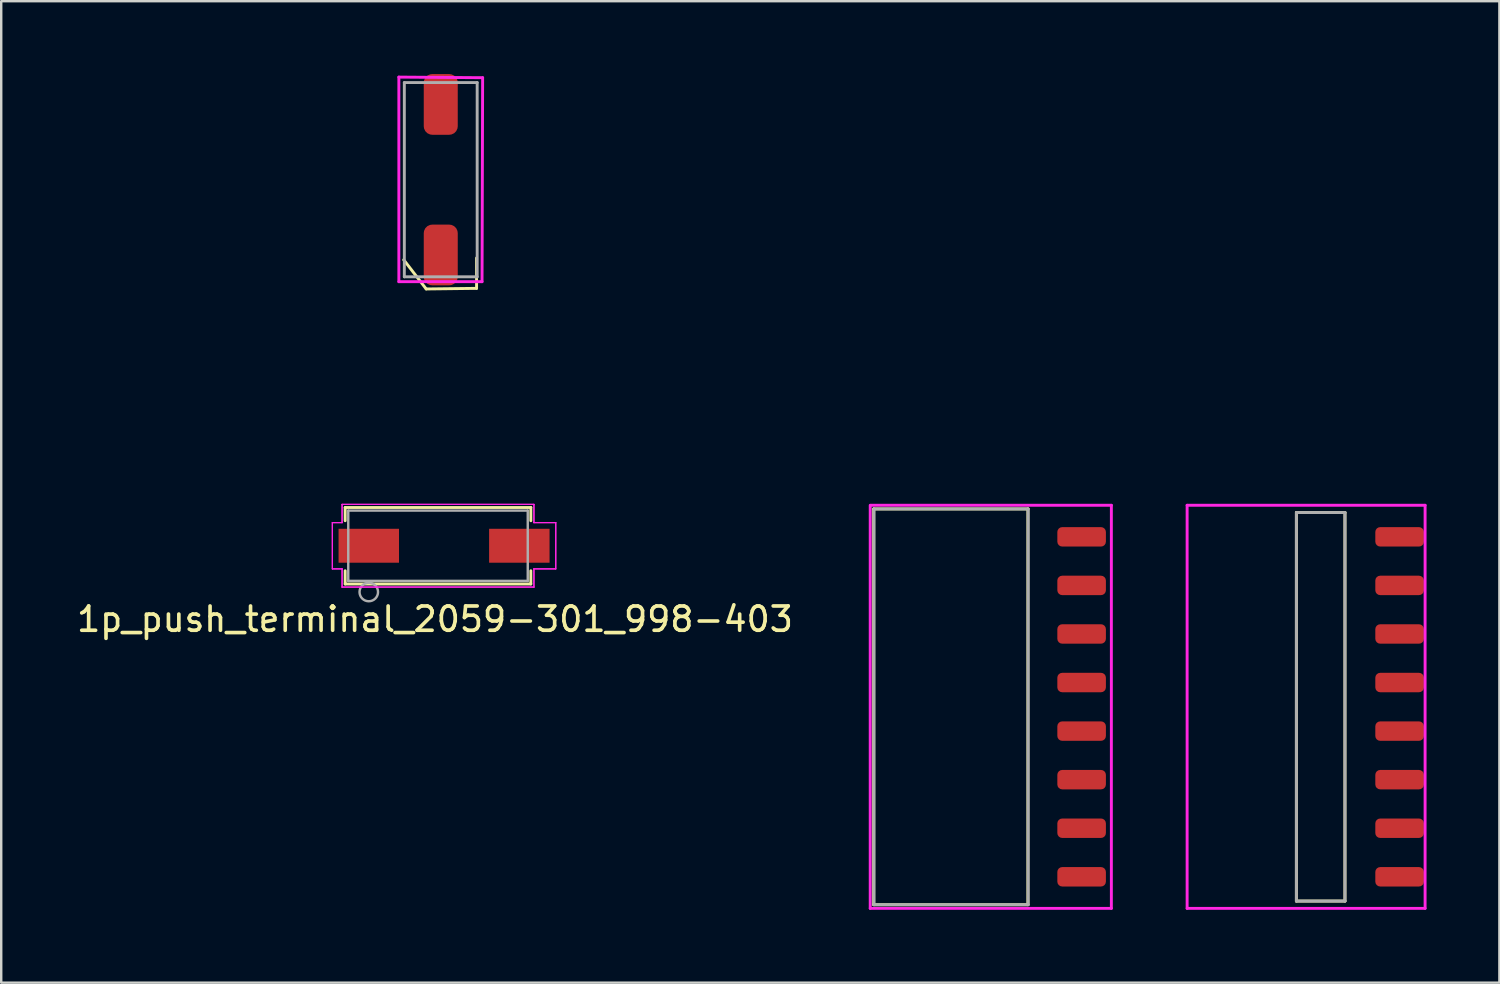
<source format=kicad_pcb>
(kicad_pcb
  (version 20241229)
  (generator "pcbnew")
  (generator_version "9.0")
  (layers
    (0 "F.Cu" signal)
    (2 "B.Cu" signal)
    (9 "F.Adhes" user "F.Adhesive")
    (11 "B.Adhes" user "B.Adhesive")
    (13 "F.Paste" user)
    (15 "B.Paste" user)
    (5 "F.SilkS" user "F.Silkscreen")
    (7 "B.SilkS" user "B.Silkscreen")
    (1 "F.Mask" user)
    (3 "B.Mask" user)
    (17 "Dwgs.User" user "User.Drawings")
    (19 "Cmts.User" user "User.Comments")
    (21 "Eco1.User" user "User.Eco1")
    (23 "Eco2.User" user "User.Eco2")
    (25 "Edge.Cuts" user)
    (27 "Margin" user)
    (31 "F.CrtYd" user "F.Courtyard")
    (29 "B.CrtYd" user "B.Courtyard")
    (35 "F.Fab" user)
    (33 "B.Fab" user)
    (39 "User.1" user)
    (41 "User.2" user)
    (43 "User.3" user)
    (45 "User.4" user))
  (footprint "01x08_PinHeader_P2.00mm_SMD_horizontal"
    (layer "F.Cu")
    (at 50.638 26.058)
    (property "Reference" "01x08_PinHeader_P2.00mm_SMD_horizontal" (at 0.6 -0.1 90) (layer "Eco2.User") (effects (font (size 0.3 0.3) (thickness 0.075))))
    (attr smd)
    (fp_line (start -0.3 -8) (end -0.3 8) (stroke (width 0.12) (type solid)) (layer "F.SilkS"))
    (fp_line (start -0.3 -8) (end 1.7 -8) (stroke (width 0.12) (type solid)) (layer "F.SilkS"))
    (fp_line (start -0.3 8) (end 1.7 8) (stroke (width 0.12) (type solid)) (layer "F.SilkS"))
    (fp_line (start 1.7 -8) (end 1.7 8) (stroke (width 0.12) (type solid)) (layer "F.SilkS"))
    (fp_line (start -4.8 -8.3) (end -4.8 8.3) (stroke (width 0.12) (type solid)) (layer "F.CrtYd"))
    (fp_line (start -4.8 -8.3) (end 5 -8.3) (stroke (width 0.12) (type solid)) (layer "F.CrtYd"))
    (fp_line (start -4.8 8.3) (end 5 8.3) (stroke (width 0.12) (type solid)) (layer "F.CrtYd"))
    (fp_line (start 5 -8.3) (end 5 8.3) (stroke (width 0.12) (type solid)) (layer "F.CrtYd"))
    (fp_line (start -0.3 -8) (end -0.3 8) (stroke (width 0.12) (type solid)) (layer "F.Fab"))
    (fp_line (start -0.3 -8) (end 1.7 -8) (stroke (width 0.12) (type solid)) (layer "F.Fab"))
    (fp_line (start -0.3 8) (end 1.7 8) (stroke (width 0.12) (type solid)) (layer "F.Fab"))
    (fp_line (start 1.7 -8) (end 1.7 8) (stroke (width 0.12) (type solid)) (layer "F.Fab"))
    (pad "1" smd roundrect (at 3.95 7) (size 2 0.8) (layers "F.Cu" "F.Mask" "F.Paste") (roundrect_rratio 0.25))
    (pad "2" smd roundrect (at 3.95 5) (size 2 0.8) (layers "F.Cu" "F.Mask" "F.Paste") (roundrect_rratio 0.25))
    (pad "3" smd roundrect (at 3.95 3) (size 2 0.8) (layers "F.Cu" "F.Mask" "F.Paste") (roundrect_rratio 0.25))
    (pad "4" smd roundrect (at 3.95 1) (size 2 0.8) (layers "F.Cu" "F.Mask" "F.Paste") (roundrect_rratio 0.25))
    (pad "5" smd roundrect (at 3.95 -1) (size 2 0.8) (layers "F.Cu" "F.Mask" "F.Paste") (roundrect_rratio 0.25))
    (pad "6" smd roundrect (at 3.95 -3) (size 2 0.8) (layers "F.Cu" "F.Mask" "F.Paste") (roundrect_rratio 0.25))
    (pad "7" smd roundrect (at 3.95 -5) (size 2 0.8) (layers "F.Cu" "F.Mask" "F.Paste") (roundrect_rratio 0.25))
    (pad "8" smd roundrect (at 3.95 -7) (size 2 0.8) (layers "F.Cu" "F.Mask" "F.Paste") (roundrect_rratio 0.25)))
  (footprint "1p_push_terminal_2059-301_998-403"
    (layer "F.Cu")
    (at 14.988 19.425)
    (property "Reference" "1p_push_terminal_2059-301_998-403" (at -0.125 3.025 0) (layer "F.SilkS") (effects (font (size 1 1) (thickness 0.15))))
    (attr through_hole)
    (fp_line (start -3.823 -1.575) (end -3.823 -1.031) (stroke (width 0.12) (type solid)) (layer "F.SilkS"))
    (fp_line (start -3.823 1.031) (end -3.823 1.575) (stroke (width 0.12) (type solid)) (layer "F.SilkS"))
    (fp_line (start -3.823 1.575) (end 3.823 1.575) (stroke (width 0.12) (type solid)) (layer "F.SilkS"))
    (fp_line (start 3.823 -1.575) (end -3.823 -1.575) (stroke (width 0.12) (type solid)) (layer "F.SilkS"))
    (fp_line (start 3.823 -1.031) (end 3.823 -1.575) (stroke (width 0.12) (type solid)) (layer "F.SilkS"))
    (fp_line (start 3.823 1.575) (end 3.823 1.031) (stroke (width 0.12) (type solid)) (layer "F.SilkS"))
    (fp_line (start -4.35 -0.953) (end -4.35 0.953) (stroke (width 0.05) (type solid)) (layer "F.CrtYd"))
    (fp_line (start -4.35 -0.953) (end -4.35 0.953) (stroke (width 0.05) (type solid)) (layer "F.CrtYd"))
    (fp_line (start -4.35 0.953) (end -3.95 0.953) (stroke (width 0.05) (type solid)) (layer "F.CrtYd"))
    (fp_line (start -4.35 0.953) (end -3.95 0.953) (stroke (width 0.05) (type solid)) (layer "F.CrtYd"))
    (fp_line (start -3.95 -1.702) (end -3.95 -0.953) (stroke (width 0.05) (type solid)) (layer "F.CrtYd"))
    (fp_line (start -3.95 -1.702) (end -3.95 -0.953) (stroke (width 0.05) (type solid)) (layer "F.CrtYd"))
    (fp_line (start -3.95 -0.953) (end -4.35 -0.953) (stroke (width 0.05) (type solid)) (layer "F.CrtYd"))
    (fp_line (start -3.95 -0.953) (end -4.35 -0.953) (stroke (width 0.05) (type solid)) (layer "F.CrtYd"))
    (fp_line (start -3.95 0.953) (end -3.95 1.702) (stroke (width 0.05) (type solid)) (layer "F.CrtYd"))
    (fp_line (start -3.95 0.953) (end -3.95 1.702) (stroke (width 0.05) (type solid)) (layer "F.CrtYd"))
    (fp_line (start -3.95 1.702) (end 3.95 1.702) (stroke (width 0.05) (type solid)) (layer "F.CrtYd"))
    (fp_line (start -3.95 1.702) (end 3.95 1.702) (stroke (width 0.05) (type solid)) (layer "F.CrtYd"))
    (fp_line (start 3.95 -1.702) (end -3.95 -1.702) (stroke (width 0.05) (type solid)) (layer "F.CrtYd"))
    (fp_line (start 3.95 -1.702) (end -3.95 -1.702) (stroke (width 0.05) (type solid)) (layer "F.CrtYd"))
    (fp_line (start 3.95 -0.953) (end 3.95 -1.702) (stroke (width 0.05) (type solid)) (layer "F.CrtYd"))
    (fp_line (start 3.95 -0.953) (end 3.95 -1.702) (stroke (width 0.05) (type solid)) (layer "F.CrtYd"))
    (fp_line (start 3.95 0.953) (end 4.848 0.953) (stroke (width 0.05) (type solid)) (layer "F.CrtYd"))
    (fp_line (start 3.95 0.953) (end 4.848 0.953) (stroke (width 0.05) (type solid)) (layer "F.CrtYd"))
    (fp_line (start 3.95 1.702) (end 3.95 0.953) (stroke (width 0.05) (type solid)) (layer "F.CrtYd"))
    (fp_line (start 3.95 1.702) (end 3.95 0.953) (stroke (width 0.05) (type solid)) (layer "F.CrtYd"))
    (fp_line (start 4.848 -0.953) (end 3.95 -0.953) (stroke (width 0.05) (type solid)) (layer "F.CrtYd"))
    (fp_line (start 4.848 -0.953) (end 3.95 -0.953) (stroke (width 0.05) (type solid)) (layer "F.CrtYd"))
    (fp_line (start 4.848 0.953) (end 4.848 -0.953) (stroke (width 0.05) (type solid)) (layer "F.CrtYd"))
    (fp_line (start 4.848 0.953) (end 4.848 -0.953) (stroke (width 0.05) (type solid)) (layer "F.CrtYd"))
    (fp_line (start -3.696 -1.448) (end -3.696 1.448) (stroke (width 0.1) (type solid)) (layer "F.Fab"))
    (fp_line (start -3.696 1.448) (end 3.696 1.448) (stroke (width 0.1) (type solid)) (layer "F.Fab"))
    (fp_line (start 3.696 -1.448) (end -3.696 -1.448) (stroke (width 0.1) (type solid)) (layer "F.Fab"))
    (fp_line (start 3.696 1.448) (end 3.696 -1.448) (stroke (width 0.1) (type solid)) (layer "F.Fab"))
    (fp_circle (center -2.851 1.905) (end -2.47 1.905) (stroke (width 0.1) (type solid)) (fill no) (layer "F.Fab"))
    (pad "1" smd rect (at -2.851 0) (size 2.489 1.397) (layers "F.Cu" "F.Mask" "F.Paste"))
    (pad "2" smd rect (at 3.349 0) (size 2.489 1.397) (layers "F.Cu" "F.Mask" "F.Paste")))
  (footprint "1p_push_terminal_2059-301-998-403"
    (layer "F.Cu")
    (at 15.101 4.35)
    (property "Reference" "1p_push_terminal_2059-301-998-403" (at 0 9.5 180) (layer "Eco1.User") (effects (font (size 1 1) (thickness 0.15))))
    (attr smd)
    (fp_line (start -1.525 3.3) (end -0.6 4.5) (stroke (width 0.12) (type solid)) (layer "F.SilkS"))
    (fp_line (start -0.6 4.5) (end 1.475 4.475) (stroke (width 0.12) (type solid)) (layer "F.SilkS"))
    (fp_line (start 1.475 4.475) (end 1.475 3.225) (stroke (width 0.12) (type solid)) (layer "F.SilkS"))
    (fp_line (start -1.725 -4.225) (end 1.725 -4.2) (stroke (width 0.12) (type solid)) (layer "F.CrtYd"))
    (fp_line (start -1.725 4.2) (end -1.725 -4.225) (stroke (width 0.12) (type solid)) (layer "F.CrtYd"))
    (fp_line (start 1.7 4.2) (end -1.725 4.2) (stroke (width 0.12) (type solid)) (layer "F.CrtYd"))
    (fp_line (start 1.725 -4.2) (end 1.7 4.2) (stroke (width 0.12) (type solid)) (layer "F.CrtYd"))
    (fp_line (start -1.5 -4) (end 1.5 -4) (stroke (width 0.12) (type solid)) (layer "F.Fab"))
    (fp_line (start -1.5 4) (end -1.5 -4) (stroke (width 0.12) (type solid)) (layer "F.Fab"))
    (fp_line (start 1.5 -4) (end 1.5 4) (stroke (width 0.12) (type solid)) (layer "F.Fab"))
    (fp_line (start 1.5 4) (end -1.5 4) (stroke (width 0.12) (type solid)) (layer "F.Fab"))
    (pad "1" smd roundrect (at 0 -3.1 90) (size 2.5 1.4) (layers "F.Cu" "F.Mask" "F.Paste") (roundrect_rratio 0.25))
    (pad "1" smd roundrect (at 0 3.1 90) (size 2.5 1.4) (layers "F.Cu" "F.Mask" "F.Paste") (roundrect_rratio 0.25)))
  (footprint "01x08_P2.00mm_SMD_horizontal"
    (layer "F.Cu")
    (at 36.368 26.058)
    (property "Reference" "01x08_P2.00mm_SMD_horizontal" (at 0.1 -0.3 270) (layer "Eco2.User") (effects (font (size 0.3 0.3) (thickness 0.075))))
    (attr smd)
    (fp_line (start -3.438 -8.15) (end -3.438 8.15) (stroke (width 0.12) (type solid)) (layer "F.SilkS"))
    (fp_line (start -3.438 -8.15) (end 2.912 -8.15) (stroke (width 0.12) (type solid)) (layer "F.SilkS"))
    (fp_line (start -3.438 8.15) (end 2.912 8.15) (stroke (width 0.12) (type solid)) (layer "F.SilkS"))
    (fp_line (start 2.912 8.15) (end 2.912 -8.15) (stroke (width 0.12) (type solid)) (layer "F.SilkS"))
    (fp_line (start -3.581 8.3) (end -3.581 -8.3) (stroke (width 0.12) (type solid)) (layer "F.CrtYd"))
    (fp_line (start -3.556 -8.3) (end 6.35 -8.3) (stroke (width 0.12) (type solid)) (layer "F.CrtYd"))
    (fp_line (start 6.35 -8.3) (end 6.35 8.3) (stroke (width 0.12) (type solid)) (layer "F.CrtYd"))
    (fp_line (start 6.35 8.3) (end -3.581 8.3) (stroke (width 0.12) (type solid)) (layer "F.CrtYd"))
    (fp_line (start -3.425 -8.15) (end -3.425 8.15) (stroke (width 0.12) (type solid)) (layer "F.Fab"))
    (fp_line (start -3.425 -8.15) (end 2.925 -8.15) (stroke (width 0.12) (type solid)) (layer "F.Fab"))
    (fp_line (start -3.425 8.15) (end 2.925 8.15) (stroke (width 0.12) (type solid)) (layer "F.Fab"))
    (fp_line (start 2.925 8.15) (end 2.925 -8.15) (stroke (width 0.12) (type solid)) (layer "F.Fab"))
    (pad "1" smd roundrect (at 5.125 -7) (size 2 0.8) (layers "F.Cu" "F.Mask" "F.Paste") (roundrect_rratio 0.25))
    (pad "2" smd roundrect (at 5.125 -5) (size 2 0.8) (layers "F.Cu" "F.Mask" "F.Paste") (roundrect_rratio 0.25))
    (pad "3" smd roundrect (at 5.125 -3) (size 2 0.8) (layers "F.Cu" "F.Mask" "F.Paste") (roundrect_rratio 0.25))
    (pad "4" smd roundrect (at 5.125 -1) (size 2 0.8) (layers "F.Cu" "F.Mask" "F.Paste") (roundrect_rratio 0.25))
    (pad "5" smd roundrect (at 5.125 1) (size 2 0.8) (layers "F.Cu" "F.Mask" "F.Paste") (roundrect_rratio 0.25))
    (pad "6" smd roundrect (at 5.125 3) (size 2 0.8) (layers "F.Cu" "F.Mask" "F.Paste") (roundrect_rratio 0.25))
    (pad "7" smd roundrect (at 5.125 5) (size 2 0.8) (layers "F.Cu" "F.Mask" "F.Paste") (roundrect_rratio 0.25))
    (pad "8" smd roundrect (at 5.125 7) (size 2 0.8) (layers "F.Cu" "F.Mask" "F.Paste") (roundrect_rratio 0.25)))
  (gr_rect
    (start -3 -3)
    (end 58.698 37.418)
    (stroke (width 0.1) (type default))
    (fill no)
    (layer "Edge.Cuts")))
</source>
